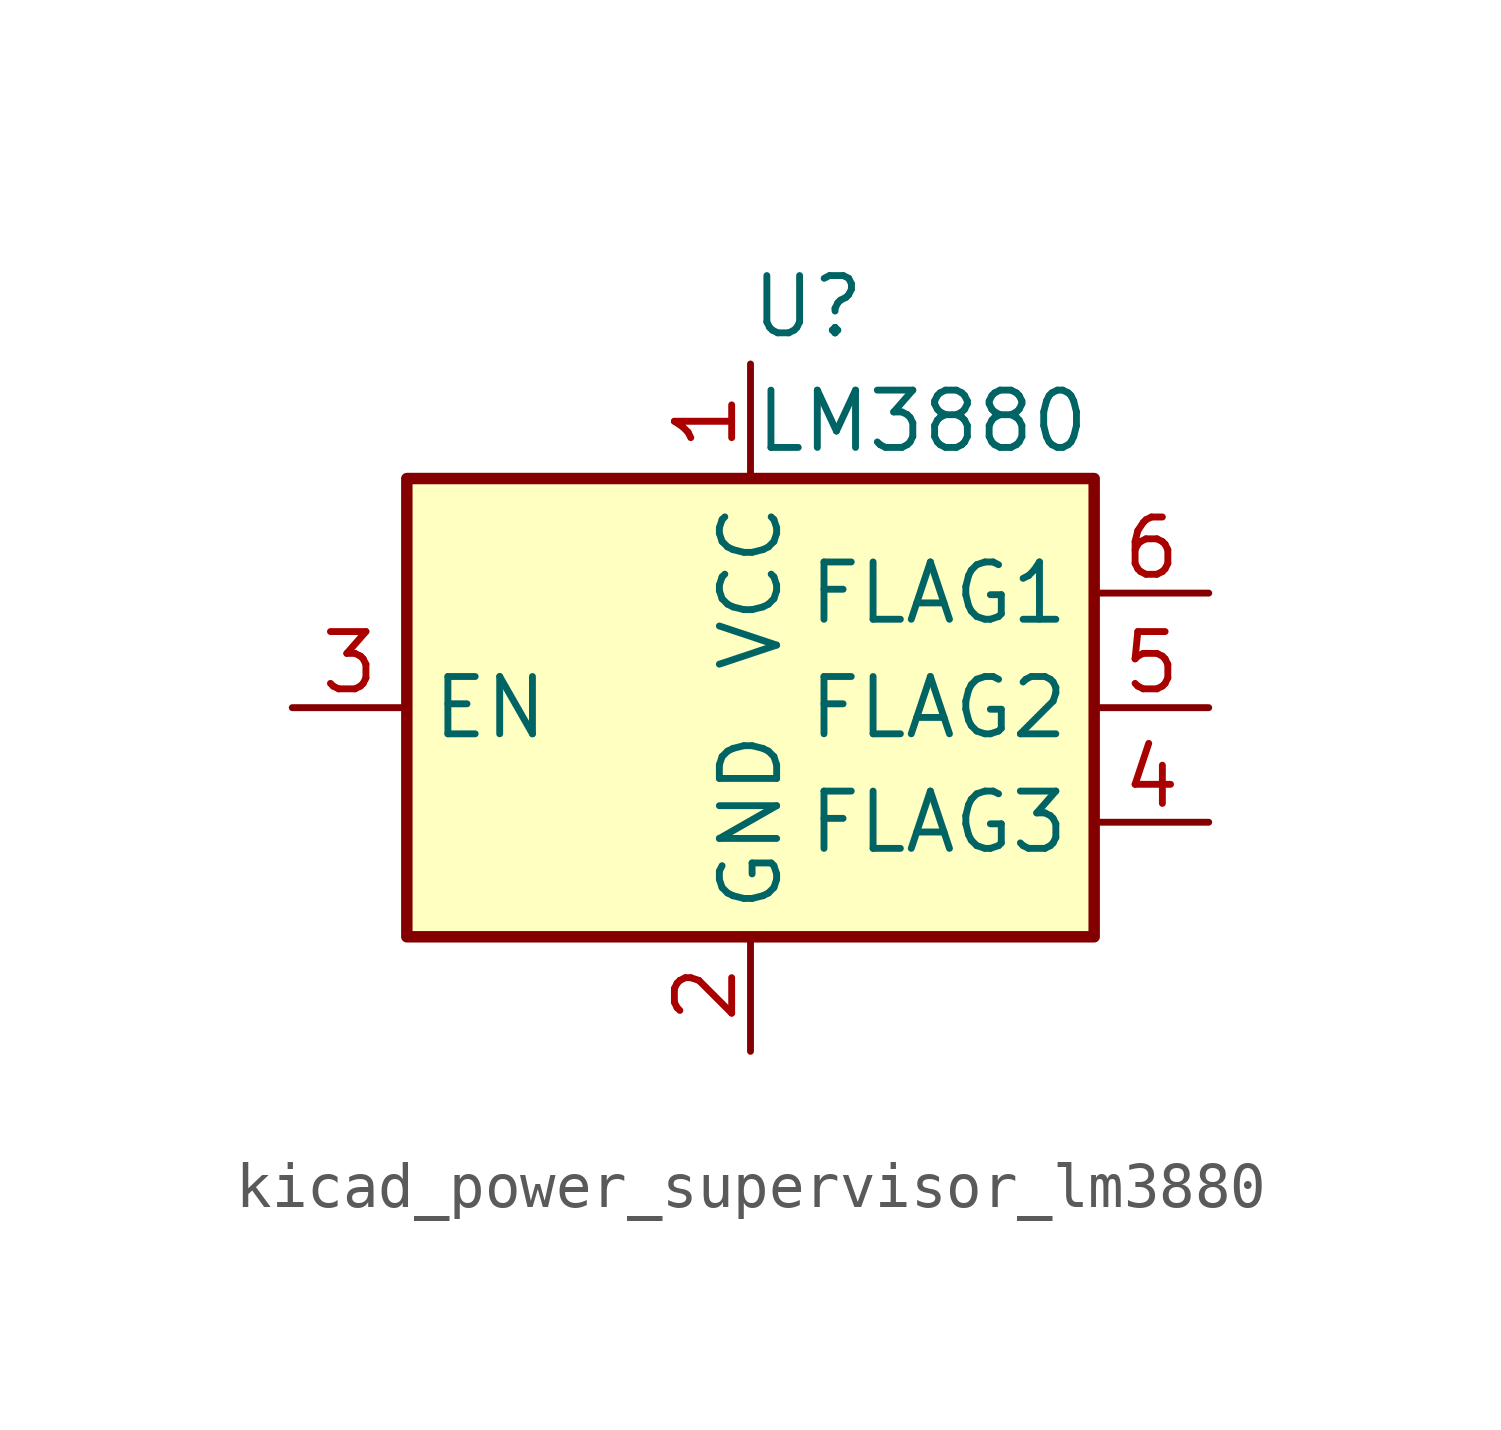
<source format=kicad_sym>
(kicad_symbol_lib
  (version 20220914)
  (generator kicad_symbol_editor)
  (symbol "kicad_power_supervisor_lm3880"
    (property "Reference" "U"
      (at 1.27 8.89 0)
      (effects (font (size 1.27 1.27))))
    (property "Value" "LM3880"
      (at 3.81 6.35 0)
      (effects (font (size 1.27 1.27))))
    (symbol "kicad_power_supervisor_lm3880_0_1"
      (rectangle (start -7.62 5.08) (end 7.62 -5.08) (stroke (width 0.254) (type default)) (fill (type background))))
    (symbol "kicad_power_supervisor_lm3880_1_1"
      (pin power_in line (at 0 7.62 270) (length 2.54) (name "VCC" (effects (font (size 1.27 1.27)))) (number "1" (effects (font (size 1.27 1.27)))))
      (pin power_in line (at 0 -7.62 90) (length 2.54) (name "GND" (effects (font (size 1.27 1.27)))) (number "2" (effects (font (size 1.27 1.27)))))
      (pin input line (at -10.16 0 0) (length 2.54) (name "EN" (effects (font (size 1.27 1.27)))) (number "3" (effects (font (size 1.27 1.27)))))
      (pin open_collector line (at 10.16 -2.54 180) (length 2.54) (name "FLAG3" (effects (font (size 1.27 1.27)))) (number "4" (effects (font (size 1.27 1.27)))))
      (pin open_collector line (at 10.16 0 180) (length 2.54) (name "FLAG2" (effects (font (size 1.27 1.27)))) (number "5" (effects (font (size 1.27 1.27)))))
      (pin open_collector line (at 10.16 2.54 180) (length 2.54) (name "FLAG1" (effects (font (size 1.27 1.27)))) (number "6" (effects (font (size 1.27 1.27))))))))
</source>
